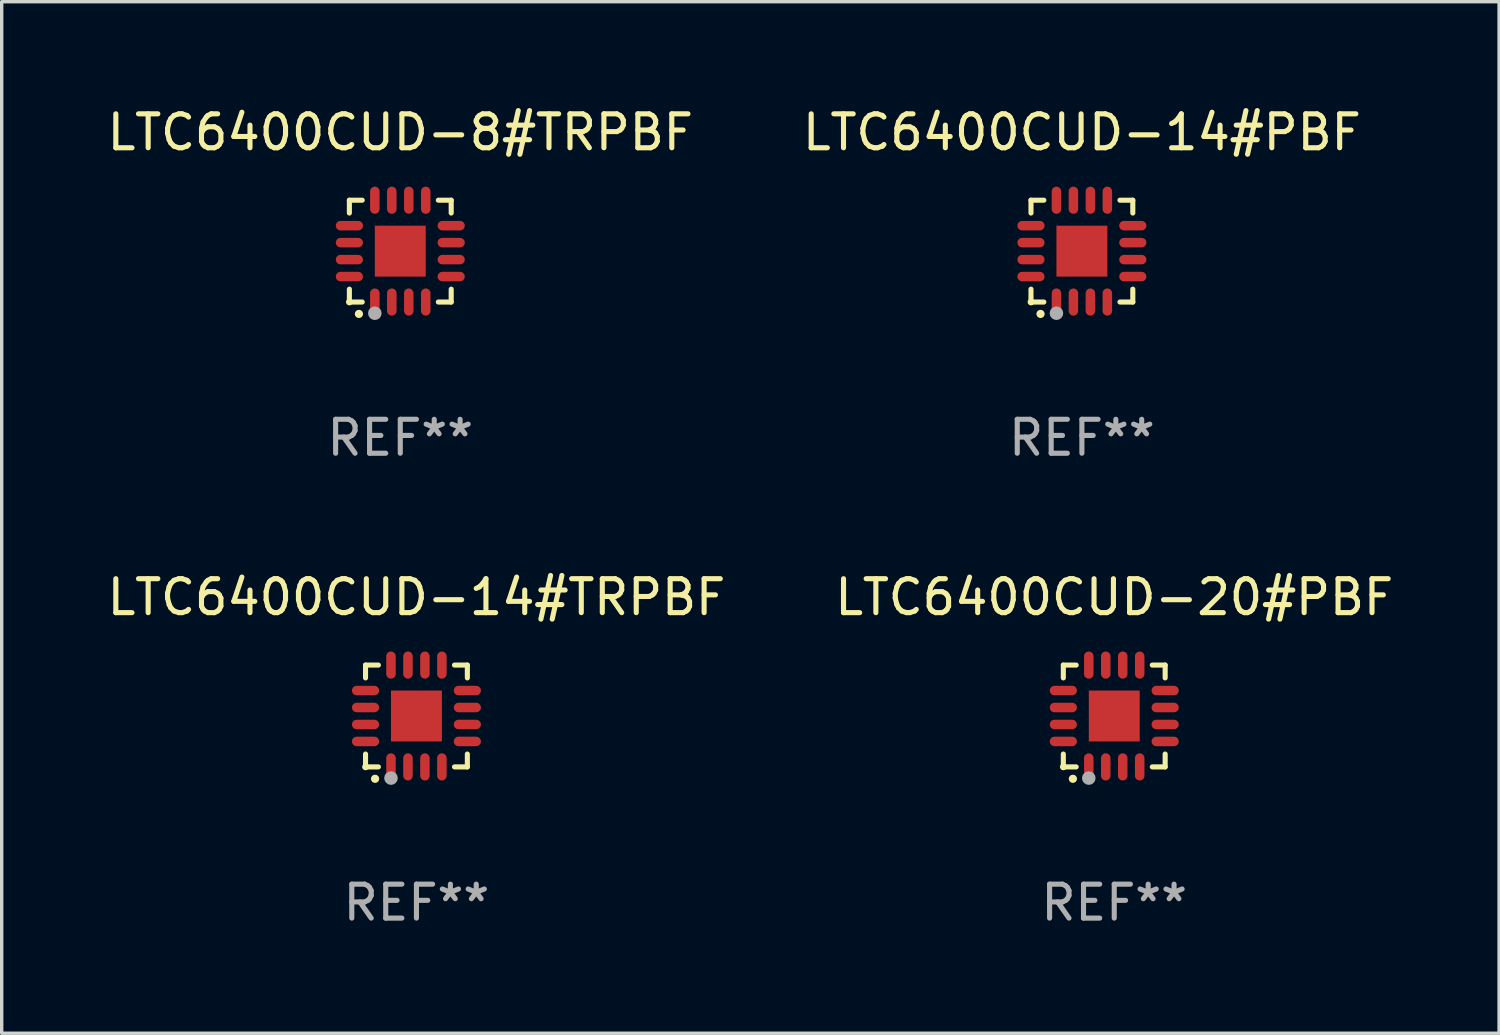
<source format=kicad_pcb>
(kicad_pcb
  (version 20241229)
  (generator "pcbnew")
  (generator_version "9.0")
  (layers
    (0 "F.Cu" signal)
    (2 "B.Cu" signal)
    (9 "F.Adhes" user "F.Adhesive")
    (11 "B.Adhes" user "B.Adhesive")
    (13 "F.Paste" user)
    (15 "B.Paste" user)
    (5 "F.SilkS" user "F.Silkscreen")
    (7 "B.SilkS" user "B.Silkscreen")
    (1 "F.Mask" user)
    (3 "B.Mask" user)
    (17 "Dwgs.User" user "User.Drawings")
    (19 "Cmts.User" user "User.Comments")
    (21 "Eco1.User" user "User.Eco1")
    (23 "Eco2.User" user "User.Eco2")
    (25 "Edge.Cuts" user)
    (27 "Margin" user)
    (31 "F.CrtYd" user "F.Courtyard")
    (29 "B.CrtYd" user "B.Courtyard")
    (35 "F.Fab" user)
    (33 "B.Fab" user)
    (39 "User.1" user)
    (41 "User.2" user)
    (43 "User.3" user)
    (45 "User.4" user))
  (footprint "LTC6400CUD-20#PBF"
    (layer "F.Cu")
    (at 29.78 18.046)
    (property "Reference" "LTC6400CUD-20#PBF" (at 0 -3.5 0) (layer "F.SilkS") (effects (font (size 1 1) (thickness 0.15))))
    (attr through_hole)
    (fp_line (start -1.5 -1.5) (end -1.121 -1.5) (stroke (width 0.15) (type solid)) (layer "F.SilkS"))
    (fp_line (start -1.5 -1.122) (end -1.5 -1.5) (stroke (width 0.15) (type solid)) (layer "F.SilkS"))
    (fp_line (start -1.5 1.5) (end -1.5 1.121) (stroke (width 0.15) (type solid)) (layer "F.SilkS"))
    (fp_line (start -1.121 1.5) (end -1.5 1.5) (stroke (width 0.15) (type solid)) (layer "F.SilkS"))
    (fp_line (start 1.121 -1.5) (end 1.5 -1.5) (stroke (width 0.15) (type solid)) (layer "F.SilkS"))
    (fp_line (start 1.5 -1.5) (end 1.5 -1.122) (stroke (width 0.15) (type solid)) (layer "F.SilkS"))
    (fp_line (start 1.5 1.121) (end 1.5 1.5) (stroke (width 0.15) (type solid)) (layer "F.SilkS"))
    (fp_line (start 1.5 1.5) (end 1.121 1.5) (stroke (width 0.15) (type solid)) (layer "F.SilkS"))
    (fp_arc (start -1.219926 1.850254) (mid -1.21891 1.85025) (end -1.217894 1.850254) (stroke (width 0.240005) (type solid)) (layer "F.SilkS"))
    (fp_circle (center -1.5 1.5) (end -1.45 1.5) (stroke (width 0.1) (type solid)) (fill no) (layer "F.SilkS"))
    (fp_circle (center -0.75 1.83) (end -0.65 1.83) (stroke (width 0.2) (type solid)) (fill no) (layer "F.Fab"))
    (fp_text user "REF**" (at 0 5.5 0) (layer "F.Fab") (effects (font (size 1 1) (thickness 0.15))))
    (pad "1" smd oval (at -0.75 1.5) (size 0.28 0.8) (layers "F.Cu" "F.Mask" "F.Paste"))
    (pad "2" smd oval (at -0.25 1.5) (size 0.28 0.8) (layers "F.Cu" "F.Mask" "F.Paste"))
    (pad "3" smd oval (at 0.25 1.5) (size 0.28 0.8) (layers "F.Cu" "F.Mask" "F.Paste"))
    (pad "4" smd oval (at 0.75 1.5) (size 0.28 0.8) (layers "F.Cu" "F.Mask" "F.Paste"))
    (pad "5" smd oval (at 1.5 0.75) (size 0.8 0.28) (layers "F.Cu" "F.Mask" "F.Paste"))
    (pad "6" smd oval (at 1.5 0.25) (size 0.8 0.28) (layers "F.Cu" "F.Mask" "F.Paste"))
    (pad "7" smd oval (at 1.5 -0.25) (size 0.8 0.28) (layers "F.Cu" "F.Mask" "F.Paste"))
    (pad "8" smd oval (at 1.5 -0.75) (size 0.8 0.28) (layers "F.Cu" "F.Mask" "F.Paste"))
    (pad "9" smd oval (at 0.75 -1.5) (size 0.28 0.8) (layers "F.Cu" "F.Mask" "F.Paste"))
    (pad "10" smd oval (at 0.25 -1.5) (size 0.28 0.8) (layers "F.Cu" "F.Mask" "F.Paste"))
    (pad "11" smd oval (at -0.25 -1.5) (size 0.28 0.8) (layers "F.Cu" "F.Mask" "F.Paste"))
    (pad "12" smd oval (at -0.75 -1.5) (size 0.28 0.8) (layers "F.Cu" "F.Mask" "F.Paste"))
    (pad "13" smd oval (at -1.5 -0.75) (size 0.8 0.28) (layers "F.Cu" "F.Mask" "F.Paste"))
    (pad "14" smd oval (at -1.5 -0.25) (size 0.8 0.28) (layers "F.Cu" "F.Mask" "F.Paste"))
    (pad "15" smd oval (at -1.5 0.25) (size 0.8 0.28) (layers "F.Cu" "F.Mask" "F.Paste"))
    (pad "16" smd oval (at -1.5 0.75) (size 0.8 0.28) (layers "F.Cu" "F.Mask" "F.Paste"))
    (pad "17" smd rect (at -0.000064 0.000165) (size 1.5 1.5) (layers "F.Cu" "F.Mask" "F.Paste")))
  (footprint "LTC6400CUD-14#TRPBF"
    (layer "F.Cu")
    (at 9.22 18.046)
    (property "Reference" "LTC6400CUD-14#TRPBF" (at 0 -3.5 0) (layer "F.SilkS") (effects (font (size 1 1) (thickness 0.15))))
    (attr through_hole)
    (fp_line (start -1.5 -1.5) (end -1.121 -1.5) (stroke (width 0.15) (type solid)) (layer "F.SilkS"))
    (fp_line (start -1.5 -1.122) (end -1.5 -1.5) (stroke (width 0.15) (type solid)) (layer "F.SilkS"))
    (fp_line (start -1.5 1.5) (end -1.5 1.121) (stroke (width 0.15) (type solid)) (layer "F.SilkS"))
    (fp_line (start -1.121 1.5) (end -1.5 1.5) (stroke (width 0.15) (type solid)) (layer "F.SilkS"))
    (fp_line (start 1.121 -1.5) (end 1.5 -1.5) (stroke (width 0.15) (type solid)) (layer "F.SilkS"))
    (fp_line (start 1.5 -1.5) (end 1.5 -1.122) (stroke (width 0.15) (type solid)) (layer "F.SilkS"))
    (fp_line (start 1.5 1.121) (end 1.5 1.5) (stroke (width 0.15) (type solid)) (layer "F.SilkS"))
    (fp_line (start 1.5 1.5) (end 1.121 1.5) (stroke (width 0.15) (type solid)) (layer "F.SilkS"))
    (fp_arc (start -1.219926 1.850254) (mid -1.21891 1.85025) (end -1.217894 1.850254) (stroke (width 0.240005) (type solid)) (layer "F.SilkS"))
    (fp_circle (center -1.5 1.5) (end -1.45 1.5) (stroke (width 0.1) (type solid)) (fill no) (layer "F.SilkS"))
    (fp_circle (center -0.75 1.83) (end -0.65 1.83) (stroke (width 0.2) (type solid)) (fill no) (layer "F.Fab"))
    (fp_text user "REF**" (at 0 5.5 0) (layer "F.Fab") (effects (font (size 1 1) (thickness 0.15))))
    (pad "1" smd oval (at -0.75 1.5) (size 0.28 0.8) (layers "F.Cu" "F.Mask" "F.Paste"))
    (pad "2" smd oval (at -0.25 1.5) (size 0.28 0.8) (layers "F.Cu" "F.Mask" "F.Paste"))
    (pad "3" smd oval (at 0.25 1.5) (size 0.28 0.8) (layers "F.Cu" "F.Mask" "F.Paste"))
    (pad "4" smd oval (at 0.75 1.5) (size 0.28 0.8) (layers "F.Cu" "F.Mask" "F.Paste"))
    (pad "5" smd oval (at 1.5 0.75) (size 0.8 0.28) (layers "F.Cu" "F.Mask" "F.Paste"))
    (pad "6" smd oval (at 1.5 0.25) (size 0.8 0.28) (layers "F.Cu" "F.Mask" "F.Paste"))
    (pad "7" smd oval (at 1.5 -0.25) (size 0.8 0.28) (layers "F.Cu" "F.Mask" "F.Paste"))
    (pad "8" smd oval (at 1.5 -0.75) (size 0.8 0.28) (layers "F.Cu" "F.Mask" "F.Paste"))
    (pad "9" smd oval (at 0.75 -1.5) (size 0.28 0.8) (layers "F.Cu" "F.Mask" "F.Paste"))
    (pad "10" smd oval (at 0.25 -1.5) (size 0.28 0.8) (layers "F.Cu" "F.Mask" "F.Paste"))
    (pad "11" smd oval (at -0.25 -1.5) (size 0.28 0.8) (layers "F.Cu" "F.Mask" "F.Paste"))
    (pad "12" smd oval (at -0.75 -1.5) (size 0.28 0.8) (layers "F.Cu" "F.Mask" "F.Paste"))
    (pad "13" smd oval (at -1.5 -0.75) (size 0.8 0.28) (layers "F.Cu" "F.Mask" "F.Paste"))
    (pad "14" smd oval (at -1.5 -0.25) (size 0.8 0.28) (layers "F.Cu" "F.Mask" "F.Paste"))
    (pad "15" smd oval (at -1.5 0.25) (size 0.8 0.28) (layers "F.Cu" "F.Mask" "F.Paste"))
    (pad "16" smd oval (at -1.5 0.75) (size 0.8 0.28) (layers "F.Cu" "F.Mask" "F.Paste"))
    (pad "17" smd rect (at -0.000064 0.000165) (size 1.5 1.5) (layers "F.Cu" "F.Mask" "F.Paste")))
  (footprint "LTC6400CUD-8#TRPBF"
    (layer "F.Cu")
    (at 8.744 4.349)
    (property "Reference" "LTC6400CUD-8#TRPBF" (at 0 -3.5 0) (layer "F.SilkS") (effects (font (size 1 1) (thickness 0.15))))
    (attr through_hole)
    (fp_line (start -1.5 -1.5) (end -1.121 -1.5) (stroke (width 0.15) (type solid)) (layer "F.SilkS"))
    (fp_line (start -1.5 -1.122) (end -1.5 -1.5) (stroke (width 0.15) (type solid)) (layer "F.SilkS"))
    (fp_line (start -1.5 1.5) (end -1.5 1.121) (stroke (width 0.15) (type solid)) (layer "F.SilkS"))
    (fp_line (start -1.121 1.5) (end -1.5 1.5) (stroke (width 0.15) (type solid)) (layer "F.SilkS"))
    (fp_line (start 1.121 -1.5) (end 1.5 -1.5) (stroke (width 0.15) (type solid)) (layer "F.SilkS"))
    (fp_line (start 1.5 -1.5) (end 1.5 -1.122) (stroke (width 0.15) (type solid)) (layer "F.SilkS"))
    (fp_line (start 1.5 1.121) (end 1.5 1.5) (stroke (width 0.15) (type solid)) (layer "F.SilkS"))
    (fp_line (start 1.5 1.5) (end 1.121 1.5) (stroke (width 0.15) (type solid)) (layer "F.SilkS"))
    (fp_arc (start -1.219926 1.850254) (mid -1.21891 1.85025) (end -1.217894 1.850254) (stroke (width 0.240005) (type solid)) (layer "F.SilkS"))
    (fp_circle (center -1.5 1.5) (end -1.45 1.5) (stroke (width 0.1) (type solid)) (fill no) (layer "F.SilkS"))
    (fp_circle (center -0.75 1.83) (end -0.65 1.83) (stroke (width 0.2) (type solid)) (fill no) (layer "F.Fab"))
    (fp_text user "REF**" (at 0 5.5 0) (layer "F.Fab") (effects (font (size 1 1) (thickness 0.15))))
    (pad "1" smd oval (at -0.75 1.5) (size 0.28 0.8) (layers "F.Cu" "F.Mask" "F.Paste"))
    (pad "2" smd oval (at -0.25 1.5) (size 0.28 0.8) (layers "F.Cu" "F.Mask" "F.Paste"))
    (pad "3" smd oval (at 0.25 1.5) (size 0.28 0.8) (layers "F.Cu" "F.Mask" "F.Paste"))
    (pad "4" smd oval (at 0.75 1.5) (size 0.28 0.8) (layers "F.Cu" "F.Mask" "F.Paste"))
    (pad "5" smd oval (at 1.5 0.75) (size 0.8 0.28) (layers "F.Cu" "F.Mask" "F.Paste"))
    (pad "6" smd oval (at 1.5 0.25) (size 0.8 0.28) (layers "F.Cu" "F.Mask" "F.Paste"))
    (pad "7" smd oval (at 1.5 -0.25) (size 0.8 0.28) (layers "F.Cu" "F.Mask" "F.Paste"))
    (pad "8" smd oval (at 1.5 -0.75) (size 0.8 0.28) (layers "F.Cu" "F.Mask" "F.Paste"))
    (pad "9" smd oval (at 0.75 -1.5) (size 0.28 0.8) (layers "F.Cu" "F.Mask" "F.Paste"))
    (pad "10" smd oval (at 0.25 -1.5) (size 0.28 0.8) (layers "F.Cu" "F.Mask" "F.Paste"))
    (pad "11" smd oval (at -0.25 -1.5) (size 0.28 0.8) (layers "F.Cu" "F.Mask" "F.Paste"))
    (pad "12" smd oval (at -0.75 -1.5) (size 0.28 0.8) (layers "F.Cu" "F.Mask" "F.Paste"))
    (pad "13" smd oval (at -1.5 -0.75) (size 0.8 0.28) (layers "F.Cu" "F.Mask" "F.Paste"))
    (pad "14" smd oval (at -1.5 -0.25) (size 0.8 0.28) (layers "F.Cu" "F.Mask" "F.Paste"))
    (pad "15" smd oval (at -1.5 0.25) (size 0.8 0.28) (layers "F.Cu" "F.Mask" "F.Paste"))
    (pad "16" smd oval (at -1.5 0.75) (size 0.8 0.28) (layers "F.Cu" "F.Mask" "F.Paste"))
    (pad "17" smd rect (at -0.000064 0.000165) (size 1.5 1.5) (layers "F.Cu" "F.Mask" "F.Paste")))
  (footprint "LTC6400CUD-14#PBF"
    (layer "F.Cu")
    (at 28.827 4.349)
    (property "Reference" "LTC6400CUD-14#PBF" (at 0 -3.5 0) (layer "F.SilkS") (effects (font (size 1 1) (thickness 0.15))))
    (attr through_hole)
    (fp_line (start -1.5 -1.5) (end -1.121 -1.5) (stroke (width 0.15) (type solid)) (layer "F.SilkS"))
    (fp_line (start -1.5 -1.122) (end -1.5 -1.5) (stroke (width 0.15) (type solid)) (layer "F.SilkS"))
    (fp_line (start -1.5 1.5) (end -1.5 1.121) (stroke (width 0.15) (type solid)) (layer "F.SilkS"))
    (fp_line (start -1.121 1.5) (end -1.5 1.5) (stroke (width 0.15) (type solid)) (layer "F.SilkS"))
    (fp_line (start 1.121 -1.5) (end 1.5 -1.5) (stroke (width 0.15) (type solid)) (layer "F.SilkS"))
    (fp_line (start 1.5 -1.5) (end 1.5 -1.122) (stroke (width 0.15) (type solid)) (layer "F.SilkS"))
    (fp_line (start 1.5 1.121) (end 1.5 1.5) (stroke (width 0.15) (type solid)) (layer "F.SilkS"))
    (fp_line (start 1.5 1.5) (end 1.121 1.5) (stroke (width 0.15) (type solid)) (layer "F.SilkS"))
    (fp_arc (start -1.219926 1.850254) (mid -1.21891 1.85025) (end -1.217894 1.850254) (stroke (width 0.240005) (type solid)) (layer "F.SilkS"))
    (fp_circle (center -1.5 1.5) (end -1.45 1.5) (stroke (width 0.1) (type solid)) (fill no) (layer "F.SilkS"))
    (fp_circle (center -0.75 1.83) (end -0.65 1.83) (stroke (width 0.2) (type solid)) (fill no) (layer "F.Fab"))
    (fp_text user "REF**" (at 0 5.5 0) (layer "F.Fab") (effects (font (size 1 1) (thickness 0.15))))
    (pad "1" smd oval (at -0.75 1.5) (size 0.28 0.8) (layers "F.Cu" "F.Mask" "F.Paste"))
    (pad "2" smd oval (at -0.25 1.5) (size 0.28 0.8) (layers "F.Cu" "F.Mask" "F.Paste"))
    (pad "3" smd oval (at 0.25 1.5) (size 0.28 0.8) (layers "F.Cu" "F.Mask" "F.Paste"))
    (pad "4" smd oval (at 0.75 1.5) (size 0.28 0.8) (layers "F.Cu" "F.Mask" "F.Paste"))
    (pad "5" smd oval (at 1.5 0.75) (size 0.8 0.28) (layers "F.Cu" "F.Mask" "F.Paste"))
    (pad "6" smd oval (at 1.5 0.25) (size 0.8 0.28) (layers "F.Cu" "F.Mask" "F.Paste"))
    (pad "7" smd oval (at 1.5 -0.25) (size 0.8 0.28) (layers "F.Cu" "F.Mask" "F.Paste"))
    (pad "8" smd oval (at 1.5 -0.75) (size 0.8 0.28) (layers "F.Cu" "F.Mask" "F.Paste"))
    (pad "9" smd oval (at 0.75 -1.5) (size 0.28 0.8) (layers "F.Cu" "F.Mask" "F.Paste"))
    (pad "10" smd oval (at 0.25 -1.5) (size 0.28 0.8) (layers "F.Cu" "F.Mask" "F.Paste"))
    (pad "11" smd oval (at -0.25 -1.5) (size 0.28 0.8) (layers "F.Cu" "F.Mask" "F.Paste"))
    (pad "12" smd oval (at -0.75 -1.5) (size 0.28 0.8) (layers "F.Cu" "F.Mask" "F.Paste"))
    (pad "13" smd oval (at -1.5 -0.75) (size 0.8 0.28) (layers "F.Cu" "F.Mask" "F.Paste"))
    (pad "14" smd oval (at -1.5 -0.25) (size 0.8 0.28) (layers "F.Cu" "F.Mask" "F.Paste"))
    (pad "15" smd oval (at -1.5 0.25) (size 0.8 0.28) (layers "F.Cu" "F.Mask" "F.Paste"))
    (pad "16" smd oval (at -1.5 0.75) (size 0.8 0.28) (layers "F.Cu" "F.Mask" "F.Paste"))
    (pad "17" smd rect (at -0.000064 0.000165) (size 1.5 1.5) (layers "F.Cu" "F.Mask" "F.Paste")))
  (gr_rect
    (start -3 -3)
    (end 41.119 27.394)
    (stroke (width 0.1) (type default))
    (fill no)
    (layer "Edge.Cuts")))
</source>
